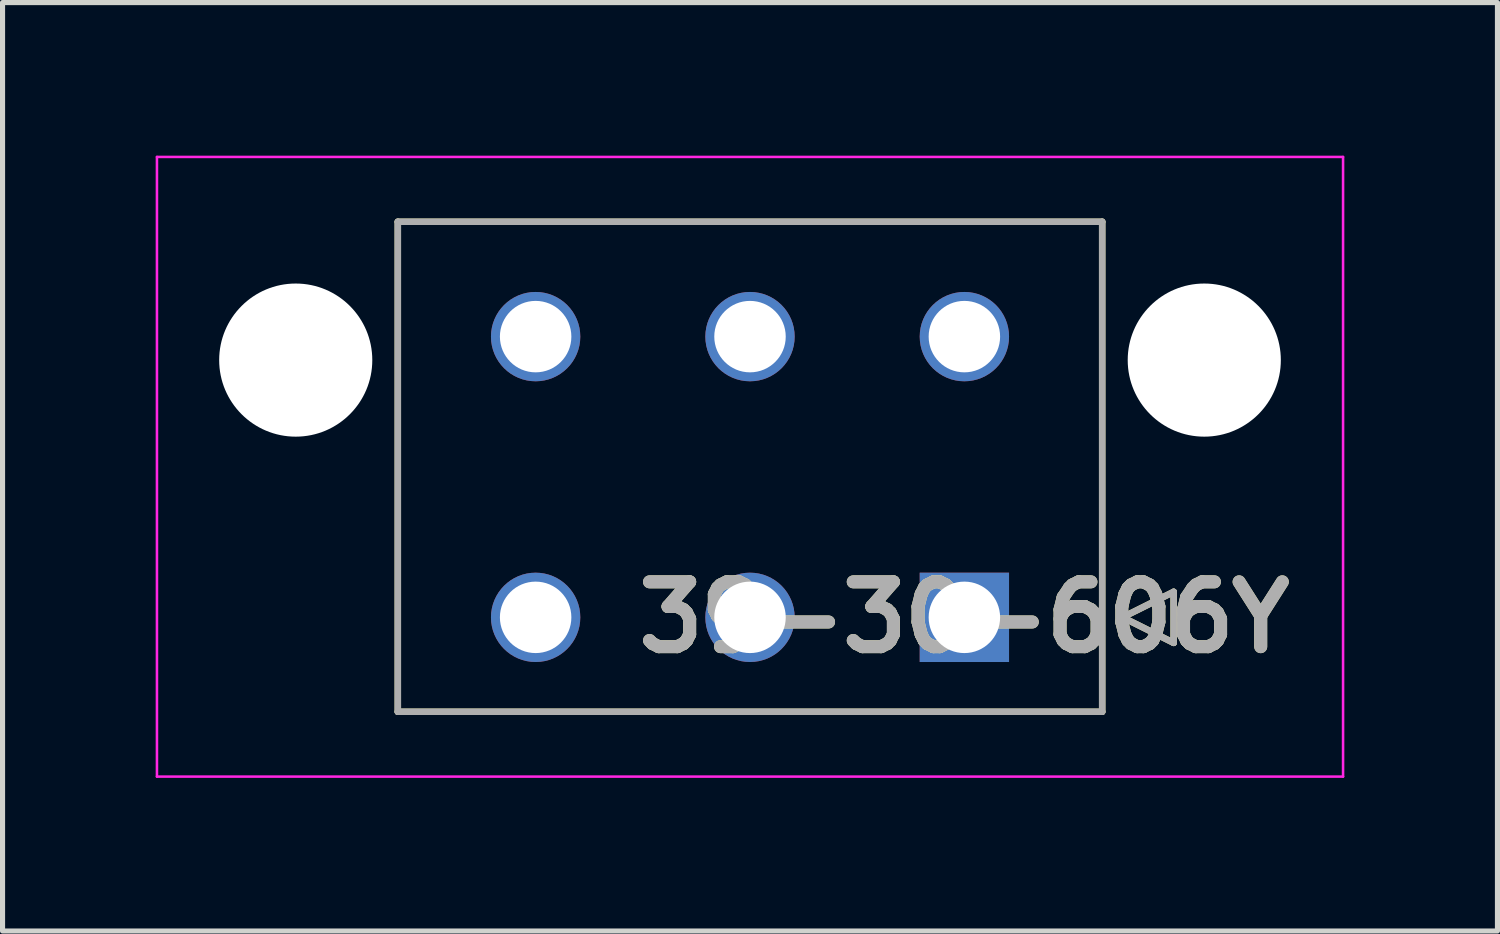
<source format=kicad_pcb>
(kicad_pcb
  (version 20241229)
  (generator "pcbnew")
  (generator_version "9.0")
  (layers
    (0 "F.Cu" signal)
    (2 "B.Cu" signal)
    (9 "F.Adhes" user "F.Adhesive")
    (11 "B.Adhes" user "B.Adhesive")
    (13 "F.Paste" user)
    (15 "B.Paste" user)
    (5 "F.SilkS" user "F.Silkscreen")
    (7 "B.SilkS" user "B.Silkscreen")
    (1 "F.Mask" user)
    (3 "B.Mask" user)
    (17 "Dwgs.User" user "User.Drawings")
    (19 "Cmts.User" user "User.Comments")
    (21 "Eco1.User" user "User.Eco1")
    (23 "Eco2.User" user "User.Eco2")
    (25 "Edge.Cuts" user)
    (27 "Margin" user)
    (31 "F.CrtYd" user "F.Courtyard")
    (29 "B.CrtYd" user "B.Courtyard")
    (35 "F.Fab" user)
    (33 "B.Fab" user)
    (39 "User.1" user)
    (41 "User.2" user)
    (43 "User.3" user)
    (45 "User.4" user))
  (footprint "39-30-606Y"
    (layer "F.Cu")
    (at 15.844 9.045)
    (property "Reference" "39-30-606Y" (at 0 0 0) (layer "F.SilkS") (effects (font (size 1.27 1.27) (thickness 0.254))))
    (attr through_hole)
    (fp_line (start -11.1 -7.75) (end 2.7 -7.75) (stroke (width 0.127) (type solid)) (layer "F.SilkS"))
    (fp_line (start -11.1 1.85) (end -11.1 -7.75) (stroke (width 0.127) (type solid)) (layer "F.SilkS"))
    (fp_line (start 2.7 -7.75) (end 2.7 1.85) (stroke (width 0.127) (type solid)) (layer "F.SilkS"))
    (fp_line (start 2.7 1.85) (end -11.1 1.85) (stroke (width 0.127) (type solid)) (layer "F.SilkS"))
    (fp_line (start 3.1 0) (end 4.1 -0.5) (stroke (width 0.127) (type solid)) (layer "F.SilkS"))
    (fp_line (start 4.1 -0.5) (end 4.1 0.5) (stroke (width 0.127) (type solid)) (layer "F.SilkS"))
    (fp_line (start 4.1 0.5) (end 3.1 0) (stroke (width 0.127) (type solid)) (layer "F.SilkS"))
    (fp_line (start -15.819 -9.02) (end 7.419 -9.02) (stroke (width 0.05) (type solid)) (layer "F.CrtYd"))
    (fp_line (start -15.819 3.12) (end -15.819 -9.02) (stroke (width 0.05) (type solid)) (layer "F.CrtYd"))
    (fp_line (start 7.419 -9.02) (end 7.419 3.12) (stroke (width 0.05) (type solid)) (layer "F.CrtYd"))
    (fp_line (start 7.419 3.12) (end -15.819 3.12) (stroke (width 0.05) (type solid)) (layer "F.CrtYd"))
    (fp_line (start -11.1 -7.75) (end 2.7 -7.75) (stroke (width 0.127) (type solid)) (layer "F.Fab"))
    (fp_line (start -11.1 1.85) (end -11.1 -7.75) (stroke (width 0.127) (type solid)) (layer "F.Fab"))
    (fp_line (start 2.7 -7.75) (end 2.7 1.85) (stroke (width 0.127) (type solid)) (layer "F.Fab"))
    (fp_line (start 2.7 1.85) (end -11.1 1.85) (stroke (width 0.127) (type solid)) (layer "F.Fab"))
    (fp_line (start 3.1 0) (end 4.1 -0.5) (stroke (width 0.127) (type solid)) (layer "F.Fab"))
    (fp_line (start 4.1 -0.5) (end 4.1 0.5) (stroke (width 0.127) (type solid)) (layer "F.Fab"))
    (fp_line (start 4.1 0.5) (end 3.1 0) (stroke (width 0.127) (type solid)) (layer "F.Fab"))
    (fp_text user "${REFERENCE}" (at 0 0 0) (layer "F.Fab") (effects (font (size 1.27 1.27) (thickness 0.254))))
    (pad "" np_thru_hole circle (at -13.1 -5.04) (size 3 3) (drill 3) (layers "*.Cu" "*.Mask"))
    (pad "" np_thru_hole circle (at 4.7 -5.04) (size 3 3) (drill 3) (layers "*.Cu" "*.Mask"))
    (pad "1" thru_hole rect (at 0 0) (size 1.75 1.75) (drill 1.4) (layers "*.Cu" "*.Mask"))
    (pad "2" thru_hole circle (at -4.2 0) (size 1.75 1.75) (drill 1.4) (layers "*.Cu" "*.Mask"))
    (pad "3" thru_hole circle (at -8.4 0) (size 1.75 1.75) (drill 1.4) (layers "*.Cu" "*.Mask"))
    (pad "4" thru_hole circle (at 0 -5.5) (size 1.75 1.75) (drill 1.4) (layers "*.Cu" "*.Mask"))
    (pad "5" thru_hole circle (at -4.2 -5.5) (size 1.75 1.75) (drill 1.4) (layers "*.Cu" "*.Mask"))
    (pad "6" thru_hole circle (at -8.4 -5.5) (size 1.75 1.75) (drill 1.4) (layers "*.Cu" "*.Mask")))
  (gr_rect
    (start -3 -3)
    (end 26.288 15.19)
    (stroke (width 0.1) (type default))
    (fill no)
    (layer "Edge.Cuts")))
</source>
